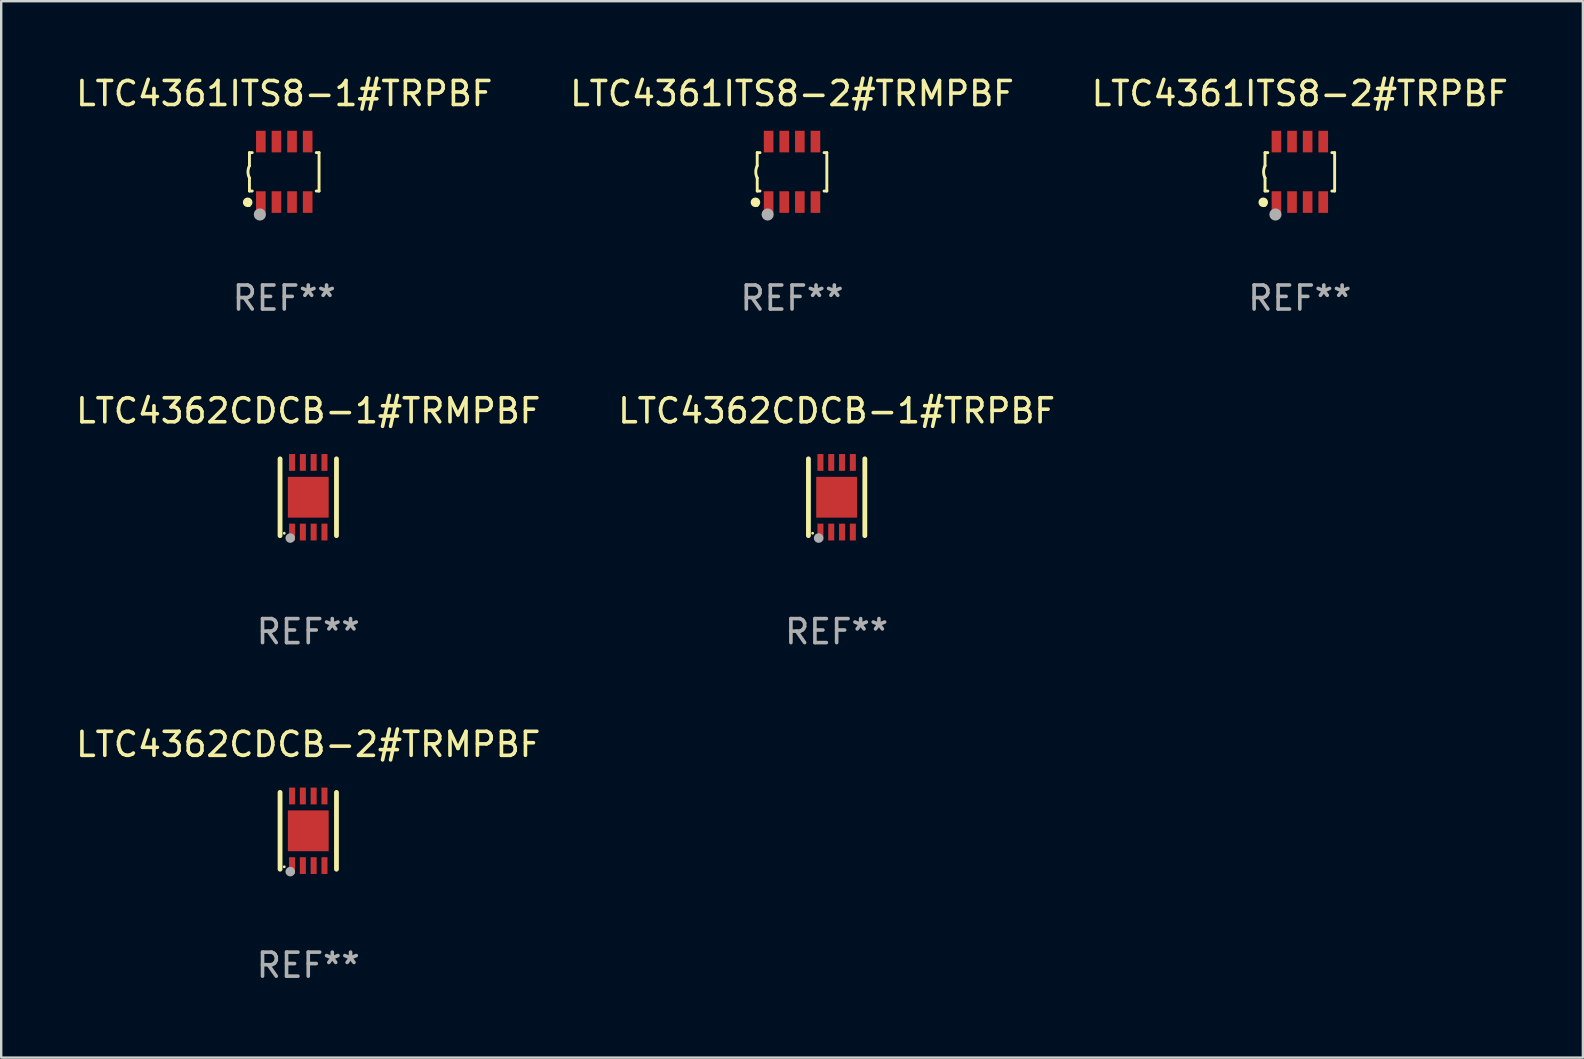
<source format=kicad_pcb>
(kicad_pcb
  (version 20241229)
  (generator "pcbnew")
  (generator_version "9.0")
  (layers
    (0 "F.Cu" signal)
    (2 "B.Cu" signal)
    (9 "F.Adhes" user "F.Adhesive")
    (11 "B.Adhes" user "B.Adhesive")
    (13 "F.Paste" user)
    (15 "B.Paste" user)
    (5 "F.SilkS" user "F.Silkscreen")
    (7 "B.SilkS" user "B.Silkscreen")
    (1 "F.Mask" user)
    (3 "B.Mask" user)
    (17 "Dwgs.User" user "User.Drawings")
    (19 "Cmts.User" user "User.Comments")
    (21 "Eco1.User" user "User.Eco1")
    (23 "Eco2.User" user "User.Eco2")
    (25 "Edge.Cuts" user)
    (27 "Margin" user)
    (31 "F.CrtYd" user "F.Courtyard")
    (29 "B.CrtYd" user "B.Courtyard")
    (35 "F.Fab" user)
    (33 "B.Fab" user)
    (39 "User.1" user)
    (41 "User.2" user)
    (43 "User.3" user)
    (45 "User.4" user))
  (footprint "LTC4361ITS8-1#TRPBF"
    (layer "F.Cu")
    (at 8.792 4.108)
    (property "Reference" "LTC4361ITS8-1#TRPBF" (at 0 -3.26 0) (layer "F.SilkS") (effects (font (size 1 1) (thickness 0.15))))
    (attr through_hole)
    (fp_line (start -1.45 -0.8) (end -1.45 -0.254) (stroke (width 0.12) (type solid)) (layer "F.SilkS"))
    (fp_line (start -1.45 -0.8) (end -1.334 -0.8) (stroke (width 0.12) (type solid)) (layer "F.SilkS"))
    (fp_line (start -1.45 0.8) (end -1.45 0.254) (stroke (width 0.12) (type solid)) (layer "F.SilkS"))
    (fp_line (start -1.45 0.8) (end -1.334 0.8) (stroke (width 0.12) (type solid)) (layer "F.SilkS"))
    (fp_line (start 1.334 -0.8) (end 1.45 -0.8) (stroke (width 0.12) (type solid)) (layer "F.SilkS"))
    (fp_line (start 1.334 0.8) (end 1.45 0.8) (stroke (width 0.12) (type solid)) (layer "F.SilkS"))
    (fp_line (start 1.45 0.8) (end 1.45 -0.8) (stroke (width 0.12) (type solid)) (layer "F.SilkS"))
    (fp_arc (start -1.45075 0.255144) (mid -1.510605 0.000434) (end -1.450013 -0.254102) (stroke (width 0.11999) (type solid)) (layer "F.SilkS"))
    (fp_circle (center -1.524 1.27) (end -1.424 1.27) (stroke (width 0.2) (type solid)) (fill no) (layer "F.SilkS"))
    (fp_circle (center -1.45 1.4) (end -1.42 1.4) (stroke (width 0.06) (type solid)) (fill no) (layer "F.SilkS"))
    (fp_circle (center -1.016 1.778) (end -0.889 1.778) (stroke (width 0.254) (type solid)) (fill no) (layer "F.Fab"))
    (fp_text user "REF**" (at 0 5.26 0) (layer "F.Fab") (effects (font (size 1 1) (thickness 0.15))))
    (pad "1" smd rect (at -0.975 1.26) (size 0.4 0.9) (layers "F.Cu" "F.Mask" "F.Paste"))
    (pad "2" smd rect (at -0.325 1.26) (size 0.4 0.9) (layers "F.Cu" "F.Mask" "F.Paste"))
    (pad "3" smd rect (at 0.325 1.26) (size 0.4 0.9) (layers "F.Cu" "F.Mask" "F.Paste"))
    (pad "4" smd rect (at 0.975 1.26) (size 0.4 0.9) (layers "F.Cu" "F.Mask" "F.Paste"))
    (pad "5" smd rect (at 0.975 -1.26) (size 0.4 0.9) (layers "F.Cu" "F.Mask" "F.Paste"))
    (pad "6" smd rect (at 0.325 -1.26) (size 0.4 0.9) (layers "F.Cu" "F.Mask" "F.Paste"))
    (pad "7" smd rect (at -0.325 -1.26) (size 0.4 0.9) (layers "F.Cu" "F.Mask" "F.Paste"))
    (pad "8" smd rect (at -0.975 -1.26) (size 0.4 0.9) (layers "F.Cu" "F.Mask" "F.Paste")))
  (footprint "LTC4361ITS8-2#TRMPBF"
    (layer "F.Cu")
    (at 29.946 4.108)
    (property "Reference" "LTC4361ITS8-2#TRMPBF" (at 0 -3.26 0) (layer "F.SilkS") (effects (font (size 1 1) (thickness 0.15))))
    (attr through_hole)
    (fp_line (start -1.45 -0.8) (end -1.45 -0.254) (stroke (width 0.12) (type solid)) (layer "F.SilkS"))
    (fp_line (start -1.45 -0.8) (end -1.334 -0.8) (stroke (width 0.12) (type solid)) (layer "F.SilkS"))
    (fp_line (start -1.45 0.8) (end -1.45 0.254) (stroke (width 0.12) (type solid)) (layer "F.SilkS"))
    (fp_line (start -1.45 0.8) (end -1.334 0.8) (stroke (width 0.12) (type solid)) (layer "F.SilkS"))
    (fp_line (start 1.334 -0.8) (end 1.45 -0.8) (stroke (width 0.12) (type solid)) (layer "F.SilkS"))
    (fp_line (start 1.334 0.8) (end 1.45 0.8) (stroke (width 0.12) (type solid)) (layer "F.SilkS"))
    (fp_line (start 1.45 0.8) (end 1.45 -0.8) (stroke (width 0.12) (type solid)) (layer "F.SilkS"))
    (fp_arc (start -1.45075 0.255144) (mid -1.510605 0.000434) (end -1.450013 -0.254102) (stroke (width 0.11999) (type solid)) (layer "F.SilkS"))
    (fp_circle (center -1.524 1.27) (end -1.424 1.27) (stroke (width 0.2) (type solid)) (fill no) (layer "F.SilkS"))
    (fp_circle (center -1.45 1.4) (end -1.42 1.4) (stroke (width 0.06) (type solid)) (fill no) (layer "F.SilkS"))
    (fp_circle (center -1.016 1.778) (end -0.889 1.778) (stroke (width 0.254) (type solid)) (fill no) (layer "F.Fab"))
    (fp_text user "REF**" (at 0 5.26 0) (layer "F.Fab") (effects (font (size 1 1) (thickness 0.15))))
    (pad "1" smd rect (at -0.975 1.26) (size 0.4 0.9) (layers "F.Cu" "F.Mask" "F.Paste"))
    (pad "2" smd rect (at -0.325 1.26) (size 0.4 0.9) (layers "F.Cu" "F.Mask" "F.Paste"))
    (pad "3" smd rect (at 0.325 1.26) (size 0.4 0.9) (layers "F.Cu" "F.Mask" "F.Paste"))
    (pad "4" smd rect (at 0.975 1.26) (size 0.4 0.9) (layers "F.Cu" "F.Mask" "F.Paste"))
    (pad "5" smd rect (at 0.975 -1.26) (size 0.4 0.9) (layers "F.Cu" "F.Mask" "F.Paste"))
    (pad "6" smd rect (at 0.325 -1.26) (size 0.4 0.9) (layers "F.Cu" "F.Mask" "F.Paste"))
    (pad "7" smd rect (at -0.325 -1.26) (size 0.4 0.9) (layers "F.Cu" "F.Mask" "F.Paste"))
    (pad "8" smd rect (at -0.975 -1.26) (size 0.4 0.9) (layers "F.Cu" "F.Mask" "F.Paste")))
  (footprint "LTC4362CDCB-2#TRMPBF"
    (layer "F.Cu")
    (at 9.792 31.561)
    (property "Reference" "LTC4362CDCB-2#TRMPBF" (at 0 -3.6 0) (layer "F.SilkS") (effects (font (size 1 1) (thickness 0.15))))
    (attr through_hole)
    (fp_line (start -1.175 1.6) (end -1.175 -1.6) (stroke (width 0.2) (type solid)) (layer "F.SilkS"))
    (fp_line (start 1.175 1.6) (end 1.175 -1.6) (stroke (width 0.2) (type solid)) (layer "F.SilkS"))
    (fp_circle (center -1 1.5) (end -0.97 1.5) (stroke (width 0.06) (type solid)) (fill no) (layer "F.SilkS"))
    (fp_circle (center -0.75 1.7) (end -0.65 1.7) (stroke (width 0.2) (type solid)) (fill no) (layer "F.Fab"))
    (fp_text user "REF**" (at 0 5.6 0) (layer "F.Fab") (effects (font (size 1 1) (thickness 0.15))))
    (pad "1" smd rect (at -0.675 1.45 90) (size 0.7 0.25) (layers "F.Cu" "F.Mask" "F.Paste"))
    (pad "2" smd rect (at -0.225 1.45 90) (size 0.7 0.25) (layers "F.Cu" "F.Mask" "F.Paste"))
    (pad "3" smd rect (at 0.225 1.45 90) (size 0.7 0.25) (layers "F.Cu" "F.Mask" "F.Paste"))
    (pad "4" smd rect (at 0.675 1.45 90) (size 0.7 0.25) (layers "F.Cu" "F.Mask" "F.Paste"))
    (pad "5" smd rect (at 0.675 -1.45 90) (size 0.7 0.25) (layers "F.Cu" "F.Mask" "F.Paste"))
    (pad "6" smd rect (at 0.225 -1.45 90) (size 0.7 0.25) (layers "F.Cu" "F.Mask" "F.Paste"))
    (pad "7" smd rect (at -0.225 -1.45 90) (size 0.7 0.25) (layers "F.Cu" "F.Mask" "F.Paste"))
    (pad "8" smd rect (at -0.675 -1.45 90) (size 0.7 0.25) (layers "F.Cu" "F.Mask" "F.Paste"))
    (pad "9" smd rect (at 0.000127 0 90) (size 1.7 1.7) (layers "F.Cu" "F.Mask" "F.Paste")))
  (footprint "LTC4362CDCB-1#TRPBF"
    (layer "F.Cu")
    (at 31.804 17.665)
    (property "Reference" "LTC4362CDCB-1#TRPBF" (at 0 -3.6 0) (layer "F.SilkS") (effects (font (size 1 1) (thickness 0.15))))
    (attr through_hole)
    (fp_line (start -1.175 1.6) (end -1.175 -1.6) (stroke (width 0.2) (type solid)) (layer "F.SilkS"))
    (fp_line (start 1.175 1.6) (end 1.175 -1.6) (stroke (width 0.2) (type solid)) (layer "F.SilkS"))
    (fp_circle (center -1 1.5) (end -0.97 1.5) (stroke (width 0.06) (type solid)) (fill no) (layer "F.SilkS"))
    (fp_circle (center -0.75 1.7) (end -0.65 1.7) (stroke (width 0.2) (type solid)) (fill no) (layer "F.Fab"))
    (fp_text user "REF**" (at 0 5.6 0) (layer "F.Fab") (effects (font (size 1 1) (thickness 0.15))))
    (pad "1" smd rect (at -0.675 1.45 90) (size 0.7 0.25) (layers "F.Cu" "F.Mask" "F.Paste"))
    (pad "2" smd rect (at -0.225 1.45 90) (size 0.7 0.25) (layers "F.Cu" "F.Mask" "F.Paste"))
    (pad "3" smd rect (at 0.225 1.45 90) (size 0.7 0.25) (layers "F.Cu" "F.Mask" "F.Paste"))
    (pad "4" smd rect (at 0.675 1.45 90) (size 0.7 0.25) (layers "F.Cu" "F.Mask" "F.Paste"))
    (pad "5" smd rect (at 0.675 -1.45 90) (size 0.7 0.25) (layers "F.Cu" "F.Mask" "F.Paste"))
    (pad "6" smd rect (at 0.225 -1.45 90) (size 0.7 0.25) (layers "F.Cu" "F.Mask" "F.Paste"))
    (pad "7" smd rect (at -0.225 -1.45 90) (size 0.7 0.25) (layers "F.Cu" "F.Mask" "F.Paste"))
    (pad "8" smd rect (at -0.675 -1.45 90) (size 0.7 0.25) (layers "F.Cu" "F.Mask" "F.Paste"))
    (pad "9" smd rect (at 0.000127 0 90) (size 1.7 1.7) (layers "F.Cu" "F.Mask" "F.Paste")))
  (footprint "LTC4361ITS8-2#TRPBF"
    (layer "F.Cu")
    (at 51.101 4.108)
    (property "Reference" "LTC4361ITS8-2#TRPBF" (at 0 -3.26 0) (layer "F.SilkS") (effects (font (size 1 1) (thickness 0.15))))
    (attr through_hole)
    (fp_line (start -1.45 -0.8) (end -1.45 -0.254) (stroke (width 0.12) (type solid)) (layer "F.SilkS"))
    (fp_line (start -1.45 -0.8) (end -1.334 -0.8) (stroke (width 0.12) (type solid)) (layer "F.SilkS"))
    (fp_line (start -1.45 0.8) (end -1.45 0.254) (stroke (width 0.12) (type solid)) (layer "F.SilkS"))
    (fp_line (start -1.45 0.8) (end -1.334 0.8) (stroke (width 0.12) (type solid)) (layer "F.SilkS"))
    (fp_line (start 1.334 -0.8) (end 1.45 -0.8) (stroke (width 0.12) (type solid)) (layer "F.SilkS"))
    (fp_line (start 1.334 0.8) (end 1.45 0.8) (stroke (width 0.12) (type solid)) (layer "F.SilkS"))
    (fp_line (start 1.45 0.8) (end 1.45 -0.8) (stroke (width 0.12) (type solid)) (layer "F.SilkS"))
    (fp_arc (start -1.45075 0.255144) (mid -1.510605 0.000434) (end -1.450013 -0.254102) (stroke (width 0.11999) (type solid)) (layer "F.SilkS"))
    (fp_circle (center -1.524 1.27) (end -1.424 1.27) (stroke (width 0.2) (type solid)) (fill no) (layer "F.SilkS"))
    (fp_circle (center -1.45 1.4) (end -1.42 1.4) (stroke (width 0.06) (type solid)) (fill no) (layer "F.SilkS"))
    (fp_circle (center -1.016 1.778) (end -0.889 1.778) (stroke (width 0.254) (type solid)) (fill no) (layer "F.Fab"))
    (fp_text user "REF**" (at 0 5.26 0) (layer "F.Fab") (effects (font (size 1 1) (thickness 0.15))))
    (pad "1" smd rect (at -0.975 1.26) (size 0.4 0.9) (layers "F.Cu" "F.Mask" "F.Paste"))
    (pad "2" smd rect (at -0.325 1.26) (size 0.4 0.9) (layers "F.Cu" "F.Mask" "F.Paste"))
    (pad "3" smd rect (at 0.325 1.26) (size 0.4 0.9) (layers "F.Cu" "F.Mask" "F.Paste"))
    (pad "4" smd rect (at 0.975 1.26) (size 0.4 0.9) (layers "F.Cu" "F.Mask" "F.Paste"))
    (pad "5" smd rect (at 0.975 -1.26) (size 0.4 0.9) (layers "F.Cu" "F.Mask" "F.Paste"))
    (pad "6" smd rect (at 0.325 -1.26) (size 0.4 0.9) (layers "F.Cu" "F.Mask" "F.Paste"))
    (pad "7" smd rect (at -0.325 -1.26) (size 0.4 0.9) (layers "F.Cu" "F.Mask" "F.Paste"))
    (pad "8" smd rect (at -0.975 -1.26) (size 0.4 0.9) (layers "F.Cu" "F.Mask" "F.Paste")))
  (footprint "LTC4362CDCB-1#TRMPBF"
    (layer "F.Cu")
    (at 9.792 17.665)
    (property "Reference" "LTC4362CDCB-1#TRMPBF" (at 0 -3.6 0) (layer "F.SilkS") (effects (font (size 1 1) (thickness 0.15))))
    (attr through_hole)
    (fp_line (start -1.175 1.6) (end -1.175 -1.6) (stroke (width 0.2) (type solid)) (layer "F.SilkS"))
    (fp_line (start 1.175 1.6) (end 1.175 -1.6) (stroke (width 0.2) (type solid)) (layer "F.SilkS"))
    (fp_circle (center -1 1.5) (end -0.97 1.5) (stroke (width 0.06) (type solid)) (fill no) (layer "F.SilkS"))
    (fp_circle (center -0.75 1.7) (end -0.65 1.7) (stroke (width 0.2) (type solid)) (fill no) (layer "F.Fab"))
    (fp_text user "REF**" (at 0 5.6 0) (layer "F.Fab") (effects (font (size 1 1) (thickness 0.15))))
    (pad "1" smd rect (at -0.675 1.45 90) (size 0.7 0.25) (layers "F.Cu" "F.Mask" "F.Paste"))
    (pad "2" smd rect (at -0.225 1.45 90) (size 0.7 0.25) (layers "F.Cu" "F.Mask" "F.Paste"))
    (pad "3" smd rect (at 0.225 1.45 90) (size 0.7 0.25) (layers "F.Cu" "F.Mask" "F.Paste"))
    (pad "4" smd rect (at 0.675 1.45 90) (size 0.7 0.25) (layers "F.Cu" "F.Mask" "F.Paste"))
    (pad "5" smd rect (at 0.675 -1.45 90) (size 0.7 0.25) (layers "F.Cu" "F.Mask" "F.Paste"))
    (pad "6" smd rect (at 0.225 -1.45 90) (size 0.7 0.25) (layers "F.Cu" "F.Mask" "F.Paste"))
    (pad "7" smd rect (at -0.225 -1.45 90) (size 0.7 0.25) (layers "F.Cu" "F.Mask" "F.Paste"))
    (pad "8" smd rect (at -0.675 -1.45 90) (size 0.7 0.25) (layers "F.Cu" "F.Mask" "F.Paste"))
    (pad "9" smd rect (at 0.000127 0 90) (size 1.7 1.7) (layers "F.Cu" "F.Mask" "F.Paste")))
  (gr_rect
    (start -3 -3)
    (end 62.893 41.009)
    (stroke (width 0.1) (type default))
    (fill no)
    (layer "Edge.Cuts")))
</source>
